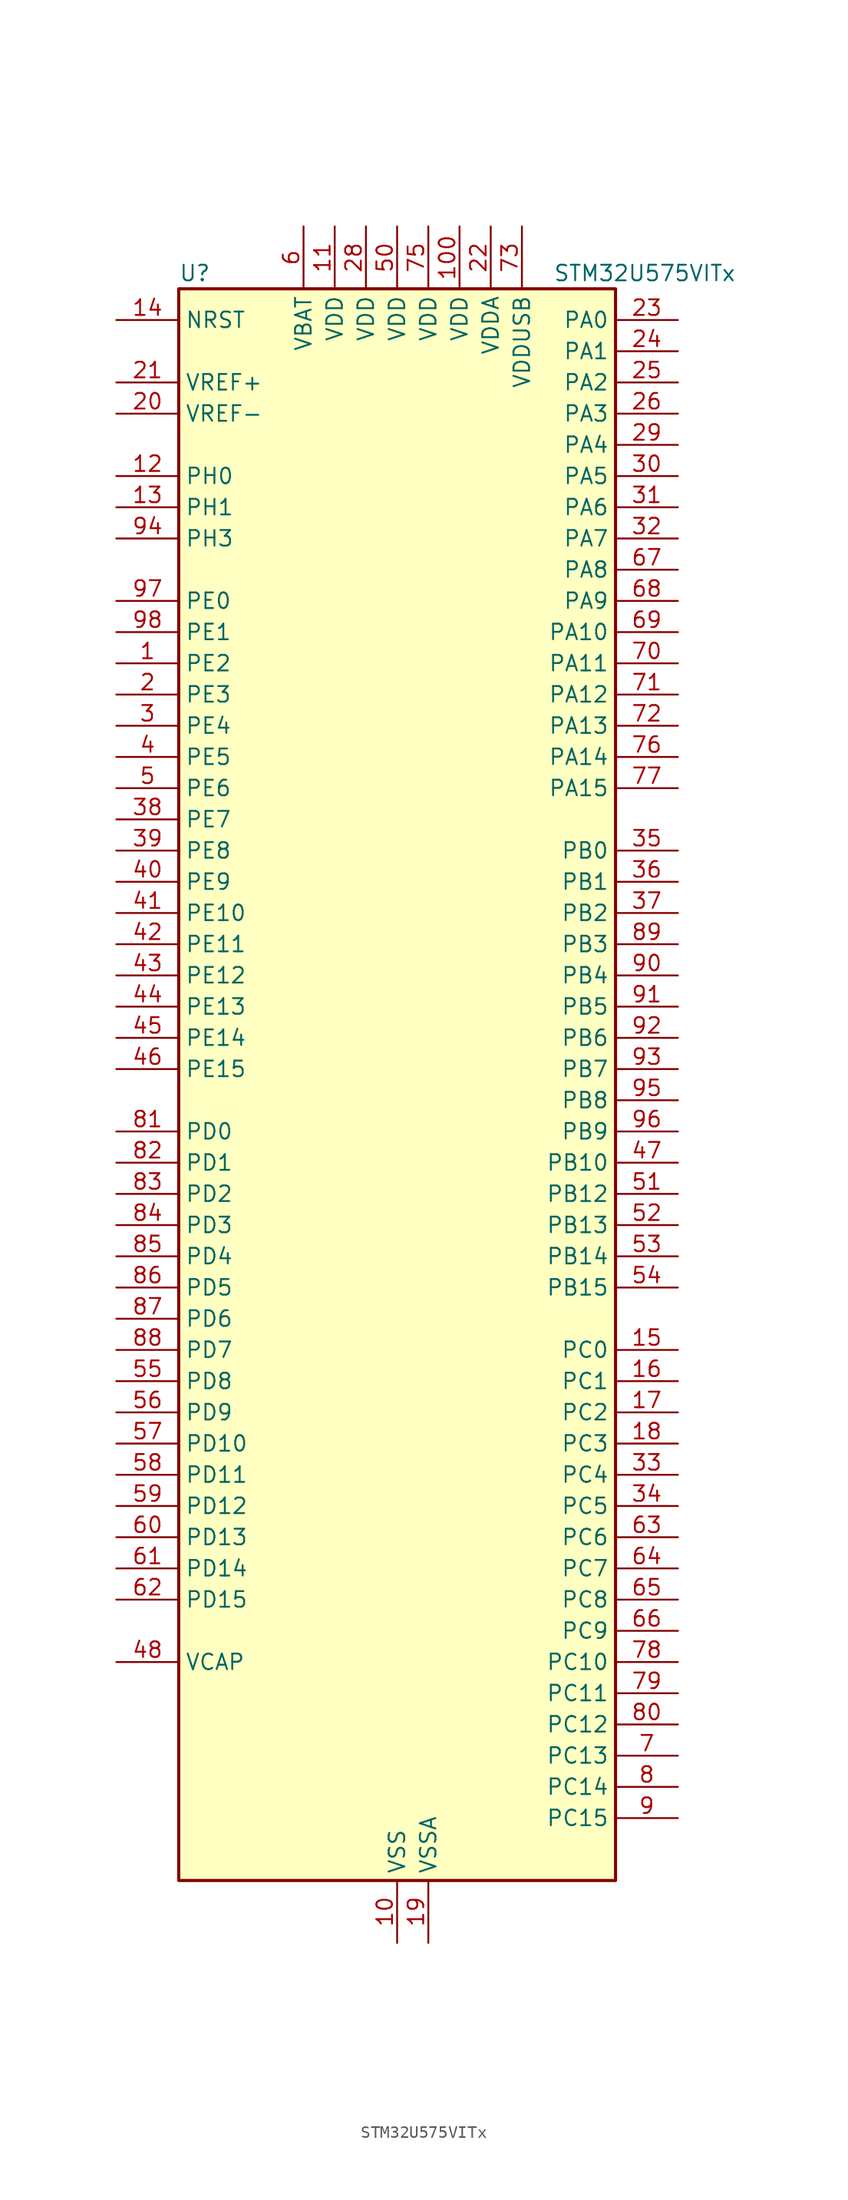
<source format=kicad_sym>
(kicad_symbol_lib
  (version 20211014)
  (generator kicad-library-utils)
  (symbol "STM32U575VITx"
    (property "Reference" "U"
      (at -17.78 67.31 0)
      (effects (font (size 1.27 1.27)) (justify left)))
    (property "Value" "STM32U575VITx"
      (at 12.7 67.31 0)
      (effects (font (size 1.27 1.27)) (justify left)))
    (property "ki_fp_filters" "LQFP*14x14mm*P0.5mm*"
      (at 0.0 0.0 0.0)
      (effects (font (size 1.27 1.27))))
    (symbol "STM32U575VITx_0_1"
      (rectangle (start -17.78 -63.5) (end 17.78 66.04) (stroke (width 0.254)) (fill (type background))))
    (symbol "STM32U575VITx_1_1"
      (pin input line (at -22.86 63.5 0) (length 5.08) (name "NRST" (effects (font (size 1.27 1.27)))) (number "14" (effects (font (size 1.27 1.27)))))
      (pin input line (at -22.86 58.42 0) (length 5.08) (name "VREF+" (effects (font (size 1.27 1.27)))) (number "21" (effects (font (size 1.27 1.27)))) (alternate "VREFBUF_OUT" bidirectional line))
      (pin input line (at -22.86 55.88 0) (length 5.08) (name "VREF-" (effects (font (size 1.27 1.27)))) (number "20" (effects (font (size 1.27 1.27)))))
      (pin bidirectional line (at -22.86 50.8 0) (length 5.08) (name "PH0" (effects (font (size 1.27 1.27)))) (number "12" (effects (font (size 1.27 1.27)))) (alternate "RCC_OSC_IN" bidirectional line))
      (pin bidirectional line (at -22.86 48.26 0) (length 5.08) (name "PH1" (effects (font (size 1.27 1.27)))) (number "13" (effects (font (size 1.27 1.27)))) (alternate "RCC_OSC_OUT" bidirectional line))
      (pin bidirectional line (at -22.86 45.72 0) (length 5.08) (name "PH3" (effects (font (size 1.27 1.27)))) (number "94" (effects (font (size 1.27 1.27)))))
      (pin bidirectional line (at -22.86 40.64 0) (length 5.08) (name "PE0" (effects (font (size 1.27 1.27)))) (number "97" (effects (font (size 1.27 1.27)))) (alternate "DCMI_D2" bidirectional line) (alternate "FMC_NBL0" bidirectional line) (alternate "PSSI_D2" bidirectional line) (alternate "TIM16_CH1" bidirectional line) (alternate "TIM4_ETR" bidirectional line))
      (pin bidirectional line (at -22.86 38.1 0) (length 5.08) (name "PE1" (effects (font (size 1.27 1.27)))) (number "98" (effects (font (size 1.27 1.27)))) (alternate "DCMI_D3" bidirectional line) (alternate "FMC_NBL1" bidirectional line) (alternate "PSSI_D3" bidirectional line) (alternate "TIM17_CH1" bidirectional line))
      (pin bidirectional line (at -22.86 35.56 0) (length 5.08) (name "PE2" (effects (font (size 1.27 1.27)))) (number "1" (effects (font (size 1.27 1.27)))) (alternate "DEBUG_TRACECLK" bidirectional line) (alternate "FMC_A23" bidirectional line) (alternate "SAI1_CK1" bidirectional line) (alternate "SAI1_MCLK_A" bidirectional line) (alternate "TIM3_ETR" bidirectional line) (alternate "TSC_G7_IO1" bidirectional line))
      (pin bidirectional line (at -22.86 33.02 0) (length 5.08) (name "PE3" (effects (font (size 1.27 1.27)))) (number "2" (effects (font (size 1.27 1.27)))) (alternate "DEBUG_TRACED0" bidirectional line) (alternate "FMC_A19" bidirectional line) (alternate "OCTOSPIM_P1_DQS" bidirectional line) (alternate "SAI1_SD_B" bidirectional line) (alternate "TAMP_IN6" bidirectional line) (alternate "TAMP_OUT3" bidirectional line) (alternate "TIM3_CH1" bidirectional line) (alternate "TSC_G7_IO2" bidirectional line))
      (pin bidirectional line (at -22.86 30.48 0) (length 5.08) (name "PE4" (effects (font (size 1.27 1.27)))) (number "3" (effects (font (size 1.27 1.27)))) (alternate "DCMI_D4" bidirectional line) (alternate "DEBUG_TRACED1" bidirectional line) (alternate "FMC_A20" bidirectional line) (alternate "MDF1_SDI3" bidirectional line) (alternate "PSSI_D4" bidirectional line) (alternate "PWR_WKUP1" bidirectional line) (alternate "SAI1_D2" bidirectional line) (alternate "SAI1_FS_A" bidirectional line) (alternate "TAMP_IN7" bidirectional line) (alternate "TAMP_OUT8" bidirectional line) (alternate "TIM3_CH2" bidirectional line) (alternate "TSC_G7_IO3" bidirectional line))
      (pin bidirectional line (at -22.86 27.94 0) (length 5.08) (name "PE5" (effects (font (size 1.27 1.27)))) (number "4" (effects (font (size 1.27 1.27)))) (alternate "DCMI_D6" bidirectional line) (alternate "DEBUG_TRACED2" bidirectional line) (alternate "FMC_A21" bidirectional line) (alternate "MDF1_CKI3" bidirectional line) (alternate "PSSI_D6" bidirectional line) (alternate "PWR_WKUP2" bidirectional line) (alternate "SAI1_CK2" bidirectional line) (alternate "SAI1_SCK_A" bidirectional line) (alternate "TAMP_IN8" bidirectional line) (alternate "TAMP_OUT7" bidirectional line) (alternate "TIM3_CH3" bidirectional line) (alternate "TSC_G7_IO4" bidirectional line))
      (pin bidirectional line (at -22.86 25.4 0) (length 5.08) (name "PE6" (effects (font (size 1.27 1.27)))) (number "5" (effects (font (size 1.27 1.27)))) (alternate "DCMI_D7" bidirectional line) (alternate "DEBUG_TRACED3" bidirectional line) (alternate "FMC_A22" bidirectional line) (alternate "PSSI_D7" bidirectional line) (alternate "PWR_WKUP3" bidirectional line) (alternate "SAI1_D1" bidirectional line) (alternate "SAI1_SD_A" bidirectional line) (alternate "TAMP_IN3" bidirectional line) (alternate "TAMP_OUT6" bidirectional line) (alternate "TIM3_CH4" bidirectional line))
      (pin bidirectional line (at -22.86 22.86 0) (length 5.08) (name "PE7" (effects (font (size 1.27 1.27)))) (number "38" (effects (font (size 1.27 1.27)))) (alternate "FMC_D4" bidirectional line) (alternate "FMC_DA4" bidirectional line) (alternate "MDF1_SDI2" bidirectional line) (alternate "PWR_WKUP6" bidirectional line) (alternate "SAI1_SD_B" bidirectional line) (alternate "TIM1_ETR" bidirectional line))
      (pin bidirectional line (at -22.86 20.32 0) (length 5.08) (name "PE8" (effects (font (size 1.27 1.27)))) (number "39" (effects (font (size 1.27 1.27)))) (alternate "FMC_D5" bidirectional line) (alternate "FMC_DA5" bidirectional line) (alternate "MDF1_CKI2" bidirectional line) (alternate "PWR_WKUP7" bidirectional line) (alternate "SAI1_SCK_B" bidirectional line) (alternate "TIM1_CH1N" bidirectional line))
      (pin bidirectional line (at -22.86 17.78 0) (length 5.08) (name "PE9" (effects (font (size 1.27 1.27)))) (number "40" (effects (font (size 1.27 1.27)))) (alternate "ADF1_CCK0" bidirectional line) (alternate "DAC1_EXTI9" bidirectional line) (alternate "FMC_D6" bidirectional line) (alternate "FMC_DA6" bidirectional line) (alternate "MDF1_CCK0" bidirectional line) (alternate "OCTOSPIM_P1_NCLK" bidirectional line) (alternate "SAI1_FS_B" bidirectional line) (alternate "TIM1_CH1" bidirectional line))
      (pin bidirectional line (at -22.86 15.24 0) (length 5.08) (name "PE10" (effects (font (size 1.27 1.27)))) (number "41" (effects (font (size 1.27 1.27)))) (alternate "ADF1_SDI0" bidirectional line) (alternate "FMC_D7" bidirectional line) (alternate "FMC_DA7" bidirectional line) (alternate "MDF1_SDI4" bidirectional line) (alternate "OCTOSPIM_P1_CLK" bidirectional line) (alternate "SAI1_MCLK_B" bidirectional line) (alternate "TIM1_CH2N" bidirectional line) (alternate "TSC_G5_IO1" bidirectional line))
      (pin bidirectional line (at -22.86 12.7 0) (length 5.08) (name "PE11" (effects (font (size 1.27 1.27)))) (number "42" (effects (font (size 1.27 1.27)))) (alternate "ADC1_EXTI11" bidirectional line) (alternate "FMC_D8" bidirectional line) (alternate "FMC_DA8" bidirectional line) (alternate "MDF1_CKI4" bidirectional line) (alternate "OCTOSPIM_P1_NCS" bidirectional line) (alternate "SPI1_RDY" bidirectional line) (alternate "TIM1_CH2" bidirectional line) (alternate "TSC_G5_IO2" bidirectional line))
      (pin bidirectional line (at -22.86 10.16 0) (length 5.08) (name "PE12" (effects (font (size 1.27 1.27)))) (number "43" (effects (font (size 1.27 1.27)))) (alternate "FMC_D9" bidirectional line) (alternate "FMC_DA9" bidirectional line) (alternate "MDF1_SDI5" bidirectional line) (alternate "OCTOSPIM_P1_IO0" bidirectional line) (alternate "SPI1_NSS" bidirectional line) (alternate "TIM1_CH3N" bidirectional line) (alternate "TSC_G5_IO3" bidirectional line))
      (pin bidirectional line (at -22.86 7.62 0) (length 5.08) (name "PE13" (effects (font (size 1.27 1.27)))) (number "44" (effects (font (size 1.27 1.27)))) (alternate "FMC_D10" bidirectional line) (alternate "FMC_DA10" bidirectional line) (alternate "MDF1_CKI5" bidirectional line) (alternate "OCTOSPIM_P1_IO1" bidirectional line) (alternate "SPI1_SCK" bidirectional line) (alternate "TIM1_CH3" bidirectional line) (alternate "TSC_G5_IO4" bidirectional line))
      (pin bidirectional line (at -22.86 5.08 0) (length 5.08) (name "PE14" (effects (font (size 1.27 1.27)))) (number "45" (effects (font (size 1.27 1.27)))) (alternate "FMC_D11" bidirectional line) (alternate "FMC_DA11" bidirectional line) (alternate "OCTOSPIM_P1_IO2" bidirectional line) (alternate "SPI1_MISO" bidirectional line) (alternate "TIM1_BKIN2" bidirectional line) (alternate "TIM1_CH4" bidirectional line))
      (pin bidirectional line (at -22.86 2.54 0) (length 5.08) (name "PE15" (effects (font (size 1.27 1.27)))) (number "46" (effects (font (size 1.27 1.27)))) (alternate "ADC1_EXTI15" bidirectional line) (alternate "ADC4_EXTI15" bidirectional line) (alternate "FMC_D12" bidirectional line) (alternate "FMC_DA12" bidirectional line) (alternate "OCTOSPIM_P1_IO3" bidirectional line) (alternate "SPI1_MOSI" bidirectional line) (alternate "TIM1_BKIN" bidirectional line) (alternate "TIM1_CH4N" bidirectional line))
      (pin bidirectional line (at -22.86 -2.54 0) (length 5.08) (name "PD0" (effects (font (size 1.27 1.27)))) (number "81" (effects (font (size 1.27 1.27)))) (alternate "FDCAN1_RX" bidirectional line) (alternate "FMC_D2" bidirectional line) (alternate "FMC_DA2" bidirectional line) (alternate "SPI2_NSS" bidirectional line) (alternate "TIM8_CH4N" bidirectional line))
      (pin bidirectional line (at -22.86 -5.08 0) (length 5.08) (name "PD1" (effects (font (size 1.27 1.27)))) (number "82" (effects (font (size 1.27 1.27)))) (alternate "FDCAN1_TX" bidirectional line) (alternate "FMC_D3" bidirectional line) (alternate "FMC_DA3" bidirectional line) (alternate "SPI2_SCK" bidirectional line))
      (pin bidirectional line (at -22.86 -7.62 0) (length 5.08) (name "PD2" (effects (font (size 1.27 1.27)))) (number "83" (effects (font (size 1.27 1.27)))) (alternate "DCMI_D11" bidirectional line) (alternate "DEBUG_TRACED2" bidirectional line) (alternate "LPTIM4_ETR" bidirectional line) (alternate "PSSI_D11" bidirectional line) (alternate "SDMMC1_CMD" bidirectional line) (alternate "TIM3_ETR" bidirectional line) (alternate "TSC_SYNC" bidirectional line) (alternate "UART5_RX" bidirectional line) (alternate "USART3_DE" bidirectional line) (alternate "USART3_RTS" bidirectional line))
      (pin bidirectional line (at -22.86 -10.16 0) (length 5.08) (name "PD3" (effects (font (size 1.27 1.27)))) (number "84" (effects (font (size 1.27 1.27)))) (alternate "DCMI_D5" bidirectional line) (alternate "FMC_CLK" bidirectional line) (alternate "MDF1_SDI0" bidirectional line) (alternate "OCTOSPIM_P2_NCS" bidirectional line) (alternate "PSSI_D5" bidirectional line) (alternate "SPI2_MISO" bidirectional line) (alternate "SPI2_SCK" bidirectional line) (alternate "USART2_CTS" bidirectional line))
      (pin bidirectional line (at -22.86 -12.7 0) (length 5.08) (name "PD4" (effects (font (size 1.27 1.27)))) (number "85" (effects (font (size 1.27 1.27)))) (alternate "FMC_NOE" bidirectional line) (alternate "MDF1_CKI0" bidirectional line) (alternate "OCTOSPIM_P1_IO4" bidirectional line) (alternate "SPI2_MOSI" bidirectional line) (alternate "USART2_DE" bidirectional line) (alternate "USART2_RTS" bidirectional line))
      (pin bidirectional line (at -22.86 -15.24 0) (length 5.08) (name "PD5" (effects (font (size 1.27 1.27)))) (number "86" (effects (font (size 1.27 1.27)))) (alternate "FMC_NWE" bidirectional line) (alternate "OCTOSPIM_P1_IO5" bidirectional line) (alternate "SPI2_RDY" bidirectional line) (alternate "USART2_TX" bidirectional line))
      (pin bidirectional line (at -22.86 -17.78 0) (length 5.08) (name "PD6" (effects (font (size 1.27 1.27)))) (number "87" (effects (font (size 1.27 1.27)))) (alternate "DCMI_D10" bidirectional line) (alternate "FMC_NWAIT" bidirectional line) (alternate "MDF1_SDI1" bidirectional line) (alternate "OCTOSPIM_P1_IO6" bidirectional line) (alternate "PSSI_D10" bidirectional line) (alternate "SAI1_D1" bidirectional line) (alternate "SAI1_SD_A" bidirectional line) (alternate "SDMMC2_CK" bidirectional line) (alternate "SPI3_MOSI" bidirectional line) (alternate "USART2_RX" bidirectional line))
      (pin bidirectional line (at -22.86 -20.32 0) (length 5.08) (name "PD7" (effects (font (size 1.27 1.27)))) (number "88" (effects (font (size 1.27 1.27)))) (alternate "FMC_NCE" bidirectional line) (alternate "FMC_NE1" bidirectional line) (alternate "LPTIM4_OUT" bidirectional line) (alternate "MDF1_CKI1" bidirectional line) (alternate "OCTOSPIM_P1_IO7" bidirectional line) (alternate "SDMMC2_CMD" bidirectional line) (alternate "USART2_CK" bidirectional line))
      (pin bidirectional line (at -22.86 -22.86 0) (length 5.08) (name "PD8" (effects (font (size 1.27 1.27)))) (number "55" (effects (font (size 1.27 1.27)))) (alternate "DCMI_HSYNC" bidirectional line) (alternate "FMC_D13" bidirectional line) (alternate "FMC_DA13" bidirectional line) (alternate "PSSI_DE" bidirectional line) (alternate "USART3_TX" bidirectional line))
      (pin bidirectional line (at -22.86 -25.4 0) (length 5.08) (name "PD9" (effects (font (size 1.27 1.27)))) (number "56" (effects (font (size 1.27 1.27)))) (alternate "DAC1_EXTI9" bidirectional line) (alternate "DCMI_PIXCLK" bidirectional line) (alternate "FMC_D14" bidirectional line) (alternate "FMC_DA14" bidirectional line) (alternate "LPTIM2_IN2" bidirectional line) (alternate "LPTIM3_IN1" bidirectional line) (alternate "PSSI_PDCK" bidirectional line) (alternate "SAI2_MCLK_A" bidirectional line) (alternate "USART3_RX" bidirectional line))
      (pin bidirectional line (at -22.86 -27.94 0) (length 5.08) (name "PD10" (effects (font (size 1.27 1.27)))) (number "57" (effects (font (size 1.27 1.27)))) (alternate "FMC_D15" bidirectional line) (alternate "FMC_DA15" bidirectional line) (alternate "LPTIM2_CH2" bidirectional line) (alternate "LPTIM3_ETR" bidirectional line) (alternate "SAI2_SCK_A" bidirectional line) (alternate "TSC_G6_IO1" bidirectional line) (alternate "USART3_CK" bidirectional line))
      (pin bidirectional line (at -22.86 -30.48 0) (length 5.08) (name "PD11" (effects (font (size 1.27 1.27)))) (number "58" (effects (font (size 1.27 1.27)))) (alternate "ADC1_EXTI11" bidirectional line) (alternate "ADC4_IN15" bidirectional line) (alternate "FMC_A16" bidirectional line) (alternate "FMC_CLE" bidirectional line) (alternate "I2C4_SMBA" bidirectional line) (alternate "LPTIM2_ETR" bidirectional line) (alternate "SAI2_SD_A" bidirectional line) (alternate "TSC_G6_IO2" bidirectional line) (alternate "USART3_CTS" bidirectional line))
      (pin bidirectional line (at -22.86 -33.02 0) (length 5.08) (name "PD12" (effects (font (size 1.27 1.27)))) (number "59" (effects (font (size 1.27 1.27)))) (alternate "ADC4_IN16" bidirectional line) (alternate "FMC_A17" bidirectional line) (alternate "FMC_ALE" bidirectional line) (alternate "I2C4_SCL" bidirectional line) (alternate "LPTIM2_IN1" bidirectional line) (alternate "SAI2_FS_A" bidirectional line) (alternate "TIM4_CH1" bidirectional line) (alternate "TSC_G6_IO3" bidirectional line) (alternate "USART3_DE" bidirectional line) (alternate "USART3_RTS" bidirectional line))
      (pin bidirectional line (at -22.86 -35.56 0) (length 5.08) (name "PD13" (effects (font (size 1.27 1.27)))) (number "60" (effects (font (size 1.27 1.27)))) (alternate "ADC4_IN17" bidirectional line) (alternate "FMC_A18" bidirectional line) (alternate "I2C4_SDA" bidirectional line) (alternate "LPTIM2_CH1" bidirectional line) (alternate "LPTIM4_IN1" bidirectional line) (alternate "TIM4_CH2" bidirectional line) (alternate "TSC_G6_IO4" bidirectional line))
      (pin bidirectional line (at -22.86 -38.1 0) (length 5.08) (name "PD14" (effects (font (size 1.27 1.27)))) (number "61" (effects (font (size 1.27 1.27)))) (alternate "FMC_D0" bidirectional line) (alternate "FMC_DA0" bidirectional line) (alternate "LPTIM3_CH1" bidirectional line) (alternate "TIM4_CH3" bidirectional line))
      (pin bidirectional line (at -22.86 -40.64 0) (length 5.08) (name "PD15" (effects (font (size 1.27 1.27)))) (number "62" (effects (font (size 1.27 1.27)))) (alternate "ADC1_EXTI15" bidirectional line) (alternate "ADC4_EXTI15" bidirectional line) (alternate "FMC_D1" bidirectional line) (alternate "FMC_DA1" bidirectional line) (alternate "LPTIM3_CH2" bidirectional line) (alternate "TIM4_CH4" bidirectional line))
      (pin power_out line (at -22.86 -45.72 0) (length 5.08) (name "VCAP" (effects (font (size 1.27 1.27)))) (number "48" (effects (font (size 1.27 1.27)))))
      (pin bidirectional line (at 22.86 63.5 180) (length 5.08) (name "PA0" (effects (font (size 1.27 1.27)))) (number "23" (effects (font (size 1.27 1.27)))) (alternate "ADC1_IN5" bidirectional line) (alternate "AUDIOCLK" bidirectional line) (alternate "OCTOSPIM_P2_NCS" bidirectional line) (alternate "OPAMP1_VINP" bidirectional line) (alternate "PWR_WKUP1" bidirectional line) (alternate "SDMMC2_CMD" bidirectional line) (alternate "SPI3_RDY" bidirectional line) (alternate "TAMP_IN2" bidirectional line) (alternate "TAMP_OUT1" bidirectional line) (alternate "TIM2_CH1" bidirectional line) (alternate "TIM2_ETR" bidirectional line) (alternate "TIM5_CH1" bidirectional line) (alternate "TIM8_ETR" bidirectional line) (alternate "UART4_TX" bidirectional line) (alternate "USART2_CTS" bidirectional line))
      (pin bidirectional line (at 22.86 60.96 180) (length 5.08) (name "PA1" (effects (font (size 1.27 1.27)))) (number "24" (effects (font (size 1.27 1.27)))) (alternate "ADC1_IN6" bidirectional line) (alternate "I2C1_SMBA" bidirectional line) (alternate "LPTIM1_CH2" bidirectional line) (alternate "OCTOSPIM_P1_DQS" bidirectional line) (alternate "OPAMP1_VINM" bidirectional line) (alternate "PWR_WKUP3" bidirectional line) (alternate "SPI1_SCK" bidirectional line) (alternate "TAMP_IN5" bidirectional line) (alternate "TAMP_OUT4" bidirectional line) (alternate "TIM15_CH1N" bidirectional line) (alternate "TIM2_CH2" bidirectional line) (alternate "TIM5_CH2" bidirectional line) (alternate "UART4_RX" bidirectional line) (alternate "USART2_DE" bidirectional line) (alternate "USART2_RTS" bidirectional line))
      (pin bidirectional line (at 22.86 58.42 180) (length 5.08) (name "PA2" (effects (font (size 1.27 1.27)))) (number "25" (effects (font (size 1.27 1.27)))) (alternate "ADC1_IN7" bidirectional line) (alternate "COMP1_INP" bidirectional line) (alternate "LPUART1_TX" bidirectional line) (alternate "OCTOSPIM_P1_NCS" bidirectional line) (alternate "PWR_WKUP4" bidirectional line) (alternate "RCC_LSCO" bidirectional line) (alternate "SPI1_RDY" bidirectional line) (alternate "TIM15_CH1" bidirectional line) (alternate "TIM2_CH3" bidirectional line) (alternate "TIM5_CH3" bidirectional line) (alternate "UCPD1_FRSTX1" bidirectional line) (alternate "USART2_TX" bidirectional line))
      (pin bidirectional line (at 22.86 55.88 180) (length 5.08) (name "PA3" (effects (font (size 1.27 1.27)))) (number "26" (effects (font (size 1.27 1.27)))) (alternate "ADC1_IN8" bidirectional line) (alternate "LPUART1_RX" bidirectional line) (alternate "OCTOSPIM_P1_CLK" bidirectional line) (alternate "OPAMP1_VOUT" bidirectional line) (alternate "PWR_WKUP5" bidirectional line) (alternate "SAI1_CK1" bidirectional line) (alternate "SAI1_MCLK_A" bidirectional line) (alternate "TIM15_CH2" bidirectional line) (alternate "TIM2_CH4" bidirectional line) (alternate "TIM5_CH4" bidirectional line) (alternate "USART2_RX" bidirectional line))
      (pin bidirectional line (at 22.86 53.34 180) (length 5.08) (name "PA4" (effects (font (size 1.27 1.27)))) (number "29" (effects (font (size 1.27 1.27)))) (alternate "ADC1_IN9" bidirectional line) (alternate "ADC4_IN9" bidirectional line) (alternate "DAC1_OUT1" bidirectional line) (alternate "DCMI_HSYNC" bidirectional line) (alternate "LPTIM2_CH1" bidirectional line) (alternate "OCTOSPIM_P1_NCS" bidirectional line) (alternate "PSSI_DE" bidirectional line) (alternate "PWR_WKUP2" bidirectional line) (alternate "SAI1_FS_B" bidirectional line) (alternate "SPI1_NSS" bidirectional line) (alternate "SPI3_NSS" bidirectional line) (alternate "USART2_CK" bidirectional line))
      (pin bidirectional line (at 22.86 50.8 180) (length 5.08) (name "PA5" (effects (font (size 1.27 1.27)))) (number "30" (effects (font (size 1.27 1.27)))) (alternate "ADC1_IN10" bidirectional line) (alternate "ADC4_IN10" bidirectional line) (alternate "DAC1_OUT2" bidirectional line) (alternate "LPTIM2_ETR" bidirectional line) (alternate "PSSI_D14" bidirectional line) (alternate "PWR_CSLEEP" bidirectional line) (alternate "PWR_WKUP6" bidirectional line) (alternate "SPI1_SCK" bidirectional line) (alternate "TIM2_CH1" bidirectional line) (alternate "TIM2_ETR" bidirectional line) (alternate "TIM8_CH1N" bidirectional line) (alternate "USART3_RX" bidirectional line))
      (pin bidirectional line (at 22.86 48.26 180) (length 5.08) (name "PA6" (effects (font (size 1.27 1.27)))) (number "31" (effects (font (size 1.27 1.27)))) (alternate "ADC1_IN11" bidirectional line) (alternate "ADC4_IN11" bidirectional line) (alternate "DCMI_PIXCLK" bidirectional line) (alternate "LPUART1_CTS" bidirectional line) (alternate "OCTOSPIM_P1_IO3" bidirectional line) (alternate "OPAMP2_VINP" bidirectional line) (alternate "PSSI_PDCK" bidirectional line) (alternate "PWR_CDSTOP" bidirectional line) (alternate "PWR_WKUP7" bidirectional line) (alternate "SPI1_MISO" bidirectional line) (alternate "TIM16_CH1" bidirectional line) (alternate "TIM1_BKIN" bidirectional line) (alternate "TIM3_CH1" bidirectional line) (alternate "TIM8_BKIN" bidirectional line) (alternate "USART3_CTS" bidirectional line))
      (pin bidirectional line (at 22.86 45.72 180) (length 5.08) (name "PA7" (effects (font (size 1.27 1.27)))) (number "32" (effects (font (size 1.27 1.27)))) (alternate "ADC1_IN12" bidirectional line) (alternate "ADC4_IN20" bidirectional line) (alternate "I2C3_SCL" bidirectional line) (alternate "LPTIM2_CH2" bidirectional line) (alternate "OCTOSPIM_P1_IO2" bidirectional line) (alternate "OPAMP2_VINM" bidirectional line) (alternate "PWR_SRDSTOP" bidirectional line) (alternate "PWR_WKUP8" bidirectional line) (alternate "SPI1_MOSI" bidirectional line) (alternate "TIM17_CH1" bidirectional line) (alternate "TIM1_CH1N" bidirectional line) (alternate "TIM3_CH2" bidirectional line) (alternate "TIM8_CH1N" bidirectional line) (alternate "USART3_TX" bidirectional line))
      (pin bidirectional line (at 22.86 43.18 180) (length 5.08) (name "PA8" (effects (font (size 1.27 1.27)))) (number "67" (effects (font (size 1.27 1.27)))) (alternate "DEBUG_TRACECLK" bidirectional line) (alternate "LPTIM2_CH1" bidirectional line) (alternate "RCC_MCO" bidirectional line) (alternate "SAI1_CK2" bidirectional line) (alternate "SAI1_SCK_A" bidirectional line) (alternate "SPI1_RDY" bidirectional line) (alternate "TIM1_CH1" bidirectional line) (alternate "USART1_CK" bidirectional line) (alternate "USB_OTG_FS_SOF" bidirectional line))
      (pin bidirectional line (at 22.86 40.64 180) (length 5.08) (name "PA9" (effects (font (size 1.27 1.27)))) (number "68" (effects (font (size 1.27 1.27)))) (alternate "DAC1_EXTI9" bidirectional line) (alternate "DCMI_D0" bidirectional line) (alternate "PSSI_D0" bidirectional line) (alternate "SAI1_FS_A" bidirectional line) (alternate "SPI2_SCK" bidirectional line) (alternate "TIM15_BKIN" bidirectional line) (alternate "TIM1_CH2" bidirectional line) (alternate "USART1_TX" bidirectional line) (alternate "USB_OTG_FS_VBUS" bidirectional line))
      (pin bidirectional line (at 22.86 38.1 180) (length 5.08) (name "PA10" (effects (font (size 1.27 1.27)))) (number "69" (effects (font (size 1.27 1.27)))) (alternate "CRS_SYNC" bidirectional line) (alternate "DCMI_D1" bidirectional line) (alternate "LPTIM2_IN2" bidirectional line) (alternate "PSSI_D1" bidirectional line) (alternate "SAI1_D1" bidirectional line) (alternate "SAI1_SD_A" bidirectional line) (alternate "TIM17_BKIN" bidirectional line) (alternate "TIM1_CH3" bidirectional line) (alternate "USART1_RX" bidirectional line) (alternate "USB_OTG_FS_ID" bidirectional line))
      (pin bidirectional line (at 22.86 35.56 180) (length 5.08) (name "PA11" (effects (font (size 1.27 1.27)))) (number "70" (effects (font (size 1.27 1.27)))) (alternate "ADC1_EXTI11" bidirectional line) (alternate "FDCAN1_RX" bidirectional line) (alternate "SPI1_MISO" bidirectional line) (alternate "TIM1_BKIN2" bidirectional line) (alternate "TIM1_CH4" bidirectional line) (alternate "USART1_CTS" bidirectional line) (alternate "USB_OTG_FS_DM" bidirectional line))
      (pin bidirectional line (at 22.86 33.02 180) (length 5.08) (name "PA12" (effects (font (size 1.27 1.27)))) (number "71" (effects (font (size 1.27 1.27)))) (alternate "FDCAN1_TX" bidirectional line) (alternate "OCTOSPIM_P2_NCS" bidirectional line) (alternate "SPI1_MOSI" bidirectional line) (alternate "TIM1_ETR" bidirectional line) (alternate "USART1_DE" bidirectional line) (alternate "USART1_RTS" bidirectional line) (alternate "USB_OTG_FS_DP" bidirectional line))
      (pin bidirectional line (at 22.86 30.48 180) (length 5.08) (name "PA13" (effects (font (size 1.27 1.27)))) (number "72" (effects (font (size 1.27 1.27)))) (alternate "DEBUG_JTMS-SWDIO" bidirectional line) (alternate "IR_OUT" bidirectional line) (alternate "SAI1_SD_B" bidirectional line) (alternate "USB_OTG_FS_NOE" bidirectional line))
      (pin bidirectional line (at 22.86 27.94 180) (length 5.08) (name "PA14" (effects (font (size 1.27 1.27)))) (number "76" (effects (font (size 1.27 1.27)))) (alternate "DEBUG_JTCK-SWCLK" bidirectional line) (alternate "I2C1_SMBA" bidirectional line) (alternate "I2C4_SMBA" bidirectional line) (alternate "LPTIM1_CH1" bidirectional line) (alternate "SAI1_FS_B" bidirectional line) (alternate "USB_OTG_FS_SOF" bidirectional line))
      (pin bidirectional line (at 22.86 25.4 180) (length 5.08) (name "PA15" (effects (font (size 1.27 1.27)))) (number "77" (effects (font (size 1.27 1.27)))) (alternate "ADC1_EXTI15" bidirectional line) (alternate "ADC4_EXTI15" bidirectional line) (alternate "DEBUG_JTDI" bidirectional line) (alternate "SAI2_FS_B" bidirectional line) (alternate "SPI1_NSS" bidirectional line) (alternate "SPI3_NSS" bidirectional line) (alternate "TIM2_CH1" bidirectional line) (alternate "TIM2_ETR" bidirectional line) (alternate "UART4_DE" bidirectional line) (alternate "UART4_RTS" bidirectional line) (alternate "UCPD1_CC1" bidirectional line) (alternate "USART2_RX" bidirectional line) (alternate "USART3_DE" bidirectional line) (alternate "USART3_RTS" bidirectional line))
      (pin bidirectional line (at 22.86 20.32 180) (length 5.08) (name "PB0" (effects (font (size 1.27 1.27)))) (number "35" (effects (font (size 1.27 1.27)))) (alternate "ADC1_IN15" bidirectional line) (alternate "ADC4_IN18" bidirectional line) (alternate "AUDIOCLK" bidirectional line) (alternate "COMP1_OUT" bidirectional line) (alternate "LPTIM3_CH1" bidirectional line) (alternate "OCTOSPIM_P1_IO1" bidirectional line) (alternate "OPAMP2_VOUT" bidirectional line) (alternate "SPI1_NSS" bidirectional line) (alternate "TIM1_CH2N" bidirectional line) (alternate "TIM3_CH3" bidirectional line) (alternate "TIM8_CH2N" bidirectional line) (alternate "USART3_CK" bidirectional line))
      (pin bidirectional line (at 22.86 17.78 180) (length 5.08) (name "PB1" (effects (font (size 1.27 1.27)))) (number "36" (effects (font (size 1.27 1.27)))) (alternate "ADC1_IN16" bidirectional line) (alternate "ADC4_IN19" bidirectional line) (alternate "COMP1_INM" bidirectional line) (alternate "LPTIM2_IN1" bidirectional line) (alternate "LPTIM3_CH2" bidirectional line) (alternate "LPUART1_DE" bidirectional line) (alternate "LPUART1_RTS" bidirectional line) (alternate "MDF1_SDI0" bidirectional line) (alternate "OCTOSPIM_P1_IO0" bidirectional line) (alternate "PWR_WKUP4" bidirectional line) (alternate "TIM1_CH3N" bidirectional line) (alternate "TIM3_CH4" bidirectional line) (alternate "TIM8_CH3N" bidirectional line) (alternate "USART3_DE" bidirectional line) (alternate "USART3_RTS" bidirectional line))
      (pin bidirectional line (at 22.86 15.24 180) (length 5.08) (name "PB2" (effects (font (size 1.27 1.27)))) (number "37" (effects (font (size 1.27 1.27)))) (alternate "ADC1_IN17" bidirectional line) (alternate "COMP1_INP" bidirectional line) (alternate "I2C3_SMBA" bidirectional line) (alternate "LPTIM1_CH1" bidirectional line) (alternate "MDF1_CKI0" bidirectional line) (alternate "OCTOSPIM_P1_DQS" bidirectional line) (alternate "PWR_WKUP1" bidirectional line) (alternate "RTC_OUT2" bidirectional line) (alternate "SPI1_RDY" bidirectional line) (alternate "TIM8_CH4N" bidirectional line) (alternate "UCPD1_FRSTX1" bidirectional line))
      (pin bidirectional line (at 22.86 12.7 180) (length 5.08) (name "PB3" (effects (font (size 1.27 1.27)))) (number "89" (effects (font (size 1.27 1.27)))) (alternate "ADF1_CCK0" bidirectional line) (alternate "COMP2_INM" bidirectional line) (alternate "CRS_SYNC" bidirectional line) (alternate "DEBUG_JTDO-SWO" bidirectional line) (alternate "I2C1_SDA" bidirectional line) (alternate "LPTIM1_CH1" bidirectional line) (alternate "SAI1_SCK_B" bidirectional line) (alternate "SDMMC2_D2" bidirectional line) (alternate "SPI1_SCK" bidirectional line) (alternate "SPI3_SCK" bidirectional line) (alternate "TIM2_CH2" bidirectional line) (alternate "USART1_DE" bidirectional line) (alternate "USART1_RTS" bidirectional line))
      (pin bidirectional line (at 22.86 10.16 180) (length 5.08) (name "PB4" (effects (font (size 1.27 1.27)))) (number "90" (effects (font (size 1.27 1.27)))) (alternate "ADF1_SDI0" bidirectional line) (alternate "COMP2_INP" bidirectional line) (alternate "DCMI_D12" bidirectional line) (alternate "DEBUG_JTRST" bidirectional line) (alternate "I2C3_SDA" bidirectional line) (alternate "LPTIM1_CH2" bidirectional line) (alternate "PSSI_D12" bidirectional line) (alternate "SAI1_MCLK_B" bidirectional line) (alternate "SDMMC2_D3" bidirectional line) (alternate "SPI1_MISO" bidirectional line) (alternate "SPI3_MISO" bidirectional line) (alternate "TIM17_BKIN" bidirectional line) (alternate "TIM3_CH1" bidirectional line) (alternate "TSC_G2_IO1" bidirectional line) (alternate "UART5_DE" bidirectional line) (alternate "UART5_RTS" bidirectional line) (alternate "USART1_CTS" bidirectional line))
      (pin bidirectional line (at 22.86 7.62 180) (length 5.08) (name "PB5" (effects (font (size 1.27 1.27)))) (number "91" (effects (font (size 1.27 1.27)))) (alternate "COMP2_OUT" bidirectional line) (alternate "DCMI_D10" bidirectional line) (alternate "I2C1_SMBA" bidirectional line) (alternate "LPTIM1_IN1" bidirectional line) (alternate "OCTOSPIM_P1_NCLK" bidirectional line) (alternate "PSSI_D10" bidirectional line) (alternate "PWR_WKUP6" bidirectional line) (alternate "SAI1_SD_B" bidirectional line) (alternate "SPI1_MOSI" bidirectional line) (alternate "SPI3_MOSI" bidirectional line) (alternate "TIM16_BKIN" bidirectional line) (alternate "TIM3_CH2" bidirectional line) (alternate "TSC_G2_IO2" bidirectional line) (alternate "UART5_CTS" bidirectional line) (alternate "UCPD1_DBCC1" bidirectional line) (alternate "USART1_CK" bidirectional line))
      (pin bidirectional line (at 22.86 5.08 180) (length 5.08) (name "PB6" (effects (font (size 1.27 1.27)))) (number "92" (effects (font (size 1.27 1.27)))) (alternate "COMP2_INP" bidirectional line) (alternate "DCMI_D5" bidirectional line) (alternate "I2C1_SCL" bidirectional line) (alternate "I2C4_SCL" bidirectional line) (alternate "LPTIM1_ETR" bidirectional line) (alternate "MDF1_SDI5" bidirectional line) (alternate "PSSI_D5" bidirectional line) (alternate "PWR_WKUP3" bidirectional line) (alternate "SAI1_FS_B" bidirectional line) (alternate "TIM16_CH1N" bidirectional line) (alternate "TIM4_CH1" bidirectional line) (alternate "TIM8_BKIN2" bidirectional line) (alternate "TSC_G2_IO3" bidirectional line) (alternate "USART1_TX" bidirectional line))
      (pin bidirectional line (at 22.86 2.54 180) (length 5.08) (name "PB7" (effects (font (size 1.27 1.27)))) (number "93" (effects (font (size 1.27 1.27)))) (alternate "COMP2_INM" bidirectional line) (alternate "DCMI_VSYNC" bidirectional line) (alternate "FMC_NL" bidirectional line) (alternate "I2C1_SDA" bidirectional line) (alternate "I2C4_SDA" bidirectional line) (alternate "LPTIM1_IN2" bidirectional line) (alternate "MDF1_CKI5" bidirectional line) (alternate "PSSI_RDY" bidirectional line) (alternate "PWR_PVD_IN" bidirectional line) (alternate "PWR_WKUP4" bidirectional line) (alternate "TIM17_CH1N" bidirectional line) (alternate "TIM4_CH2" bidirectional line) (alternate "TIM8_BKIN" bidirectional line) (alternate "TSC_G2_IO4" bidirectional line) (alternate "UART4_CTS" bidirectional line) (alternate "USART1_RX" bidirectional line))
      (pin bidirectional line (at 22.86 0.0 180) (length 5.08) (name "PB8" (effects (font (size 1.27 1.27)))) (number "95" (effects (font (size 1.27 1.27)))) (alternate "DCMI_D6" bidirectional line) (alternate "FDCAN1_RX" bidirectional line) (alternate "I2C1_SCL" bidirectional line) (alternate "MDF1_CCK0" bidirectional line) (alternate "PSSI_D6" bidirectional line) (alternate "PWR_WKUP5" bidirectional line) (alternate "SAI1_CK1" bidirectional line) (alternate "SAI1_MCLK_A" bidirectional line) (alternate "SDMMC1_CKIN" bidirectional line) (alternate "SDMMC1_D4" bidirectional line) (alternate "SDMMC2_D4" bidirectional line) (alternate "SPI3_RDY" bidirectional line) (alternate "TIM16_CH1" bidirectional line) (alternate "TIM4_CH3" bidirectional line))
      (pin bidirectional line (at 22.86 -2.54 180) (length 5.08) (name "PB9" (effects (font (size 1.27 1.27)))) (number "96" (effects (font (size 1.27 1.27)))) (alternate "DAC1_EXTI9" bidirectional line) (alternate "DCMI_D7" bidirectional line) (alternate "FDCAN1_TX" bidirectional line) (alternate "I2C1_SDA" bidirectional line) (alternate "IR_OUT" bidirectional line) (alternate "PSSI_D7" bidirectional line) (alternate "SAI1_D2" bidirectional line) (alternate "SAI1_FS_A" bidirectional line) (alternate "SDMMC1_CDIR" bidirectional line) (alternate "SDMMC1_D5" bidirectional line) (alternate "SDMMC2_D5" bidirectional line) (alternate "SPI2_NSS" bidirectional line) (alternate "TIM17_CH1" bidirectional line) (alternate "TIM4_CH4" bidirectional line))
      (pin bidirectional line (at 22.86 -5.08 180) (length 5.08) (name "PB10" (effects (font (size 1.27 1.27)))) (number "47" (effects (font (size 1.27 1.27)))) (alternate "COMP1_OUT" bidirectional line) (alternate "I2C2_SCL" bidirectional line) (alternate "I2C4_SCL" bidirectional line) (alternate "LPTIM3_CH1" bidirectional line) (alternate "LPUART1_RX" bidirectional line) (alternate "OCTOSPIM_P1_CLK" bidirectional line) (alternate "PWR_WKUP8" bidirectional line) (alternate "SAI1_SCK_A" bidirectional line) (alternate "SPI2_SCK" bidirectional line) (alternate "TIM2_CH3" bidirectional line) (alternate "TSC_SYNC" bidirectional line) (alternate "USART3_TX" bidirectional line))
      (pin bidirectional line (at 22.86 -7.62 180) (length 5.08) (name "PB12" (effects (font (size 1.27 1.27)))) (number "51" (effects (font (size 1.27 1.27)))) (alternate "I2C2_SMBA" bidirectional line) (alternate "LPUART1_DE" bidirectional line) (alternate "LPUART1_RTS" bidirectional line) (alternate "MDF1_SDI1" bidirectional line) (alternate "OCTOSPIM_P1_NCLK" bidirectional line) (alternate "SAI2_FS_A" bidirectional line) (alternate "SPI2_NSS" bidirectional line) (alternate "TIM15_BKIN" bidirectional line) (alternate "TIM1_BKIN" bidirectional line) (alternate "TSC_G1_IO1" bidirectional line) (alternate "USART3_CK" bidirectional line))
      (pin bidirectional line (at 22.86 -10.16 180) (length 5.08) (name "PB13" (effects (font (size 1.27 1.27)))) (number "52" (effects (font (size 1.27 1.27)))) (alternate "I2C2_SCL" bidirectional line) (alternate "LPTIM3_IN1" bidirectional line) (alternate "LPUART1_CTS" bidirectional line) (alternate "MDF1_CKI1" bidirectional line) (alternate "SAI2_SCK_A" bidirectional line) (alternate "SPI2_SCK" bidirectional line) (alternate "TIM15_CH1N" bidirectional line) (alternate "TIM1_CH1N" bidirectional line) (alternate "TSC_G1_IO2" bidirectional line) (alternate "USART3_CTS" bidirectional line))
      (pin bidirectional line (at 22.86 -12.7 180) (length 5.08) (name "PB14" (effects (font (size 1.27 1.27)))) (number "53" (effects (font (size 1.27 1.27)))) (alternate "I2C2_SDA" bidirectional line) (alternate "LPTIM3_ETR" bidirectional line) (alternate "MDF1_SDI2" bidirectional line) (alternate "SAI2_MCLK_A" bidirectional line) (alternate "SDMMC2_D0" bidirectional line) (alternate "SPI2_MISO" bidirectional line) (alternate "TIM15_CH1" bidirectional line) (alternate "TIM1_CH2N" bidirectional line) (alternate "TIM8_CH2N" bidirectional line) (alternate "TSC_G1_IO3" bidirectional line) (alternate "UCPD1_DBCC2" bidirectional line) (alternate "USART3_DE" bidirectional line) (alternate "USART3_RTS" bidirectional line))
      (pin bidirectional line (at 22.86 -15.24 180) (length 5.08) (name "PB15" (effects (font (size 1.27 1.27)))) (number "54" (effects (font (size 1.27 1.27)))) (alternate "ADC1_EXTI15" bidirectional line) (alternate "ADC4_EXTI15" bidirectional line) (alternate "FMC_NBL1" bidirectional line) (alternate "LPTIM2_IN2" bidirectional line) (alternate "MDF1_CKI2" bidirectional line) (alternate "PWR_WKUP7" bidirectional line) (alternate "RTC_REFIN" bidirectional line) (alternate "SAI2_SD_A" bidirectional line) (alternate "SDMMC2_D1" bidirectional line) (alternate "SPI2_MOSI" bidirectional line) (alternate "TIM15_CH2" bidirectional line) (alternate "TIM1_CH3N" bidirectional line) (alternate "TIM8_CH3N" bidirectional line) (alternate "UCPD1_CC2" bidirectional line))
      (pin bidirectional line (at 22.86 -20.32 180) (length 5.08) (name "PC0" (effects (font (size 1.27 1.27)))) (number "15" (effects (font (size 1.27 1.27)))) (alternate "ADC1_IN1" bidirectional line) (alternate "ADC4_IN1" bidirectional line) (alternate "I2C3_SCL" bidirectional line) (alternate "LPTIM1_IN1" bidirectional line) (alternate "LPTIM2_IN1" bidirectional line) (alternate "LPUART1_RX" bidirectional line) (alternate "MDF1_SDI4" bidirectional line) (alternate "OCTOSPIM_P1_IO7" bidirectional line) (alternate "SAI2_FS_A" bidirectional line) (alternate "SDMMC1_D5" bidirectional line) (alternate "SPI2_RDY" bidirectional line))
      (pin bidirectional line (at 22.86 -22.86 180) (length 5.08) (name "PC1" (effects (font (size 1.27 1.27)))) (number "16" (effects (font (size 1.27 1.27)))) (alternate "ADC1_IN2" bidirectional line) (alternate "ADC4_IN2" bidirectional line) (alternate "DEBUG_TRACED0" bidirectional line) (alternate "I2C3_SDA" bidirectional line) (alternate "LPTIM1_CH1" bidirectional line) (alternate "LPUART1_TX" bidirectional line) (alternate "MDF1_CKI4" bidirectional line) (alternate "OCTOSPIM_P1_IO4" bidirectional line) (alternate "SAI1_SD_A" bidirectional line) (alternate "SDMMC2_CK" bidirectional line) (alternate "SPI2_MOSI" bidirectional line))
      (pin bidirectional line (at 22.86 -25.4 180) (length 5.08) (name "PC2" (effects (font (size 1.27 1.27)))) (number "17" (effects (font (size 1.27 1.27)))) (alternate "ADC1_IN3" bidirectional line) (alternate "ADC4_IN3" bidirectional line) (alternate "LPTIM1_IN2" bidirectional line) (alternate "MDF1_CCK1" bidirectional line) (alternate "OCTOSPIM_P1_IO5" bidirectional line) (alternate "SPI2_MISO" bidirectional line))
      (pin bidirectional line (at 22.86 -27.94 180) (length 5.08) (name "PC3" (effects (font (size 1.27 1.27)))) (number "18" (effects (font (size 1.27 1.27)))) (alternate "ADC1_IN4" bidirectional line) (alternate "ADC4_IN4" bidirectional line) (alternate "LPTIM1_ETR" bidirectional line) (alternate "LPTIM2_ETR" bidirectional line) (alternate "LPTIM3_CH1" bidirectional line) (alternate "OCTOSPIM_P1_IO6" bidirectional line) (alternate "SAI1_D1" bidirectional line) (alternate "SAI1_SD_A" bidirectional line) (alternate "SPI2_MOSI" bidirectional line))
      (pin bidirectional line (at 22.86 -30.48 180) (length 5.08) (name "PC4" (effects (font (size 1.27 1.27)))) (number "33" (effects (font (size 1.27 1.27)))) (alternate "ADC1_IN13" bidirectional line) (alternate "ADC4_IN22" bidirectional line) (alternate "COMP1_INM" bidirectional line) (alternate "OCTOSPIM_P1_IO7" bidirectional line) (alternate "USART3_TX" bidirectional line))
      (pin bidirectional line (at 22.86 -33.02 180) (length 5.08) (name "PC5" (effects (font (size 1.27 1.27)))) (number "34" (effects (font (size 1.27 1.27)))) (alternate "ADC1_IN14" bidirectional line) (alternate "ADC4_IN23" bidirectional line) (alternate "COMP1_INP" bidirectional line) (alternate "PSSI_D15" bidirectional line) (alternate "PWR_WKUP5" bidirectional line) (alternate "SAI1_D3" bidirectional line) (alternate "TAMP_IN4" bidirectional line) (alternate "TAMP_OUT5" bidirectional line) (alternate "TIM1_CH4N" bidirectional line) (alternate "USART3_RX" bidirectional line))
      (pin bidirectional line (at 22.86 -35.56 180) (length 5.08) (name "PC6" (effects (font (size 1.27 1.27)))) (number "63" (effects (font (size 1.27 1.27)))) (alternate "DCMI_D0" bidirectional line) (alternate "MDF1_CKI3" bidirectional line) (alternate "PSSI_D0" bidirectional line) (alternate "PWR_CSLEEP" bidirectional line) (alternate "SAI2_MCLK_A" bidirectional line) (alternate "SDMMC1_D0DIR" bidirectional line) (alternate "SDMMC1_D6" bidirectional line) (alternate "SDMMC2_D6" bidirectional line) (alternate "TIM3_CH1" bidirectional line) (alternate "TIM8_CH1" bidirectional line) (alternate "TSC_G4_IO1" bidirectional line))
      (pin bidirectional line (at 22.86 -38.1 180) (length 5.08) (name "PC7" (effects (font (size 1.27 1.27)))) (number "64" (effects (font (size 1.27 1.27)))) (alternate "DCMI_D1" bidirectional line) (alternate "LPTIM2_CH2" bidirectional line) (alternate "MDF1_SDI3" bidirectional line) (alternate "PSSI_D1" bidirectional line) (alternate "PWR_CDSTOP" bidirectional line) (alternate "SAI2_MCLK_B" bidirectional line) (alternate "SDMMC1_D123DIR" bidirectional line) (alternate "SDMMC1_D7" bidirectional line) (alternate "SDMMC2_D7" bidirectional line) (alternate "TIM3_CH2" bidirectional line) (alternate "TIM8_CH2" bidirectional line) (alternate "TSC_G4_IO2" bidirectional line))
      (pin bidirectional line (at 22.86 -40.64 180) (length 5.08) (name "PC8" (effects (font (size 1.27 1.27)))) (number "65" (effects (font (size 1.27 1.27)))) (alternate "DCMI_D2" bidirectional line) (alternate "LPTIM3_CH1" bidirectional line) (alternate "PSSI_D2" bidirectional line) (alternate "PWR_SRDSTOP" bidirectional line) (alternate "SDMMC1_D0" bidirectional line) (alternate "TIM3_CH3" bidirectional line) (alternate "TIM8_CH3" bidirectional line) (alternate "TSC_G4_IO3" bidirectional line))
      (pin bidirectional line (at 22.86 -43.18 180) (length 5.08) (name "PC9" (effects (font (size 1.27 1.27)))) (number "66" (effects (font (size 1.27 1.27)))) (alternate "DAC1_EXTI9" bidirectional line) (alternate "DCMI_D3" bidirectional line) (alternate "DEBUG_TRACED0" bidirectional line) (alternate "LPTIM3_CH2" bidirectional line) (alternate "PSSI_D3" bidirectional line) (alternate "SDMMC1_D1" bidirectional line) (alternate "TIM3_CH4" bidirectional line) (alternate "TIM8_BKIN2" bidirectional line) (alternate "TIM8_CH4" bidirectional line) (alternate "TSC_G4_IO4" bidirectional line) (alternate "USB_OTG_FS_NOE" bidirectional line))
      (pin bidirectional line (at 22.86 -45.72 180) (length 5.08) (name "PC10" (effects (font (size 1.27 1.27)))) (number "78" (effects (font (size 1.27 1.27)))) (alternate "ADF1_CCK1" bidirectional line) (alternate "DCMI_D8" bidirectional line) (alternate "DEBUG_TRACED1" bidirectional line) (alternate "LPTIM3_ETR" bidirectional line) (alternate "PSSI_D8" bidirectional line) (alternate "SAI2_SCK_B" bidirectional line) (alternate "SDMMC1_D2" bidirectional line) (alternate "SPI3_SCK" bidirectional line) (alternate "TSC_G3_IO2" bidirectional line) (alternate "UART4_TX" bidirectional line) (alternate "USART3_TX" bidirectional line))
      (pin bidirectional line (at 22.86 -48.26 180) (length 5.08) (name "PC11" (effects (font (size 1.27 1.27)))) (number "79" (effects (font (size 1.27 1.27)))) (alternate "ADC1_EXTI11" bidirectional line) (alternate "ADF1_SDI0" bidirectional line) (alternate "DCMI_D2" bidirectional line) (alternate "DCMI_D4" bidirectional line) (alternate "LPTIM3_IN1" bidirectional line) (alternate "OCTOSPIM_P1_NCS" bidirectional line) (alternate "PSSI_D2" bidirectional line) (alternate "PSSI_D4" bidirectional line) (alternate "SAI2_MCLK_B" bidirectional line) (alternate "SDMMC1_D3" bidirectional line) (alternate "SPI3_MISO" bidirectional line) (alternate "TSC_G3_IO3" bidirectional line) (alternate "UART4_RX" bidirectional line) (alternate "UCPD1_FRSTX2" bidirectional line) (alternate "USART3_RX" bidirectional line))
      (pin bidirectional line (at 22.86 -50.8 180) (length 5.08) (name "PC12" (effects (font (size 1.27 1.27)))) (number "80" (effects (font (size 1.27 1.27)))) (alternate "DCMI_D9" bidirectional line) (alternate "DEBUG_TRACED3" bidirectional line) (alternate "PSSI_D9" bidirectional line) (alternate "SAI2_SD_B" bidirectional line) (alternate "SDMMC1_CK" bidirectional line) (alternate "SPI3_MOSI" bidirectional line) (alternate "TSC_G3_IO4" bidirectional line) (alternate "UART5_TX" bidirectional line) (alternate "USART3_CK" bidirectional line))
      (pin bidirectional line (at 22.86 -53.34 180) (length 5.08) (name "PC13" (effects (font (size 1.27 1.27)))) (number "7" (effects (font (size 1.27 1.27)))) (alternate "PWR_WKUP2" bidirectional line) (alternate "RTC_OUT1" bidirectional line) (alternate "RTC_TS" bidirectional line) (alternate "TAMP_IN1" bidirectional line) (alternate "TAMP_OUT2" bidirectional line))
      (pin bidirectional line (at 22.86 -55.88 180) (length 5.08) (name "PC14" (effects (font (size 1.27 1.27)))) (number "8" (effects (font (size 1.27 1.27)))) (alternate "RCC_OSC32_IN" bidirectional line))
      (pin bidirectional line (at 22.86 -58.42 180) (length 5.08) (name "PC15" (effects (font (size 1.27 1.27)))) (number "9" (effects (font (size 1.27 1.27)))) (alternate "ADC1_EXTI15" bidirectional line) (alternate "ADC4_EXTI15" bidirectional line) (alternate "RCC_OSC32_OUT" bidirectional line))
      (pin power_in line (at -7.62 71.12 270) (length 5.08) (name "VBAT" (effects (font (size 1.27 1.27)))) (number "6" (effects (font (size 1.27 1.27)))))
      (pin power_in line (at -5.08 71.12 270) (length 5.08) (name "VDD" (effects (font (size 1.27 1.27)))) (number "11" (effects (font (size 1.27 1.27)))))
      (pin power_in line (at -2.54 71.12 270) (length 5.08) (name "VDD" (effects (font (size 1.27 1.27)))) (number "28" (effects (font (size 1.27 1.27)))))
      (pin power_in line (at 0.0 71.12 270) (length 5.08) (name "VDD" (effects (font (size 1.27 1.27)))) (number "50" (effects (font (size 1.27 1.27)))))
      (pin power_in line (at 2.54 71.12 270) (length 5.08) (name "VDD" (effects (font (size 1.27 1.27)))) (number "75" (effects (font (size 1.27 1.27)))))
      (pin power_in line (at 5.08 71.12 270) (length 5.08) (name "VDD" (effects (font (size 1.27 1.27)))) (number "100" (effects (font (size 1.27 1.27)))))
      (pin power_in line (at 7.62 71.12 270) (length 5.08) (name "VDDA" (effects (font (size 1.27 1.27)))) (number "22" (effects (font (size 1.27 1.27)))))
      (pin power_in line (at 10.16 71.12 270) (length 5.08) (name "VDDUSB" (effects (font (size 1.27 1.27)))) (number "73" (effects (font (size 1.27 1.27)))))
      (pin power_in line (at 0.0 -68.58 90) (length 5.08) (name "VSS" (effects (font (size 1.27 1.27)))) (number "10" (effects (font (size 1.27 1.27)))))
      (pin passive line (at 0.0 -68.58 90) (length 5.08) hide (name "VSS" (effects (font (size 1.27 1.27)))) (number "27" (effects (font (size 1.27 1.27)))))
      (pin passive line (at 0.0 -68.58 90) (length 5.08) hide (name "VSS" (effects (font (size 1.27 1.27)))) (number "49" (effects (font (size 1.27 1.27)))))
      (pin passive line (at 0.0 -68.58 90) (length 5.08) hide (name "VSS" (effects (font (size 1.27 1.27)))) (number "74" (effects (font (size 1.27 1.27)))))
      (pin passive line (at 0.0 -68.58 90) (length 5.08) hide (name "VSS" (effects (font (size 1.27 1.27)))) (number "99" (effects (font (size 1.27 1.27)))))
      (pin power_in line (at 2.54 -68.58 90) (length 5.08) (name "VSSA" (effects (font (size 1.27 1.27)))) (number "19" (effects (font (size 1.27 1.27))))))))
</source>
